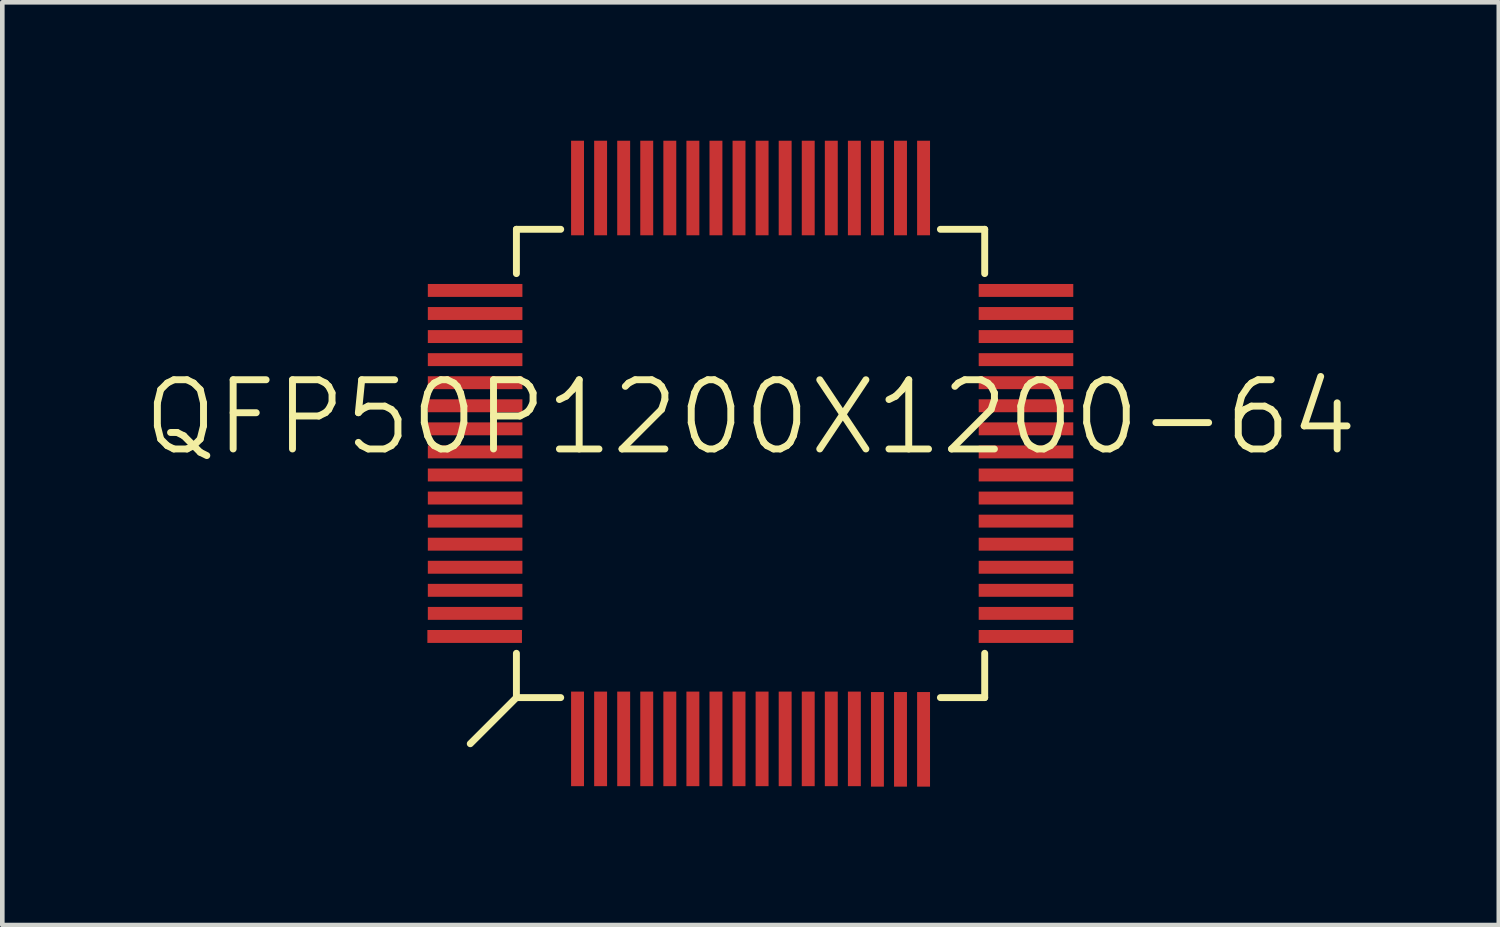
<source format=kicad_pcb>
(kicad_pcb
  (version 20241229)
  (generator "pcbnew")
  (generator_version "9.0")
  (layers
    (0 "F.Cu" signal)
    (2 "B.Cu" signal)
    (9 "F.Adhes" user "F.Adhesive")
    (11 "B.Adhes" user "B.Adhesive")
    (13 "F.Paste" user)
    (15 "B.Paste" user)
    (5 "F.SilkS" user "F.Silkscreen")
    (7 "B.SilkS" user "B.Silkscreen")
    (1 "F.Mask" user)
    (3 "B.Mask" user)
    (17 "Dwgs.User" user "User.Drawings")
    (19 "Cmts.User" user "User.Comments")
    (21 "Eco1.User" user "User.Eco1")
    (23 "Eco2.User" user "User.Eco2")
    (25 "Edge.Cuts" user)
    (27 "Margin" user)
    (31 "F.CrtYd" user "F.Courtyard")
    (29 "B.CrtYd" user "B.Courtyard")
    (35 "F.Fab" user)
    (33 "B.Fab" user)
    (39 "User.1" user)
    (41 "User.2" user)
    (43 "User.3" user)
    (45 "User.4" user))
  (footprint "QFP50P1200X1200-64"
    (layer "F.Cu")
    (at 13.218 6.995)
    (property "Reference" "QFP50P1200X1200-64" (at 0 -1 0) (layer "F.SilkS") (effects (font (size 1.5 1.5) (thickness 0.15))))
    (attr through_hole)
    (fp_line (start -5.075 -5.075) (end -5.075 -4.115) (stroke (width 0.15) (type solid)) (layer "F.SilkS"))
    (fp_line (start -5.075 -5.075) (end -4.115 -5.075) (stroke (width 0.15) (type solid)) (layer "F.SilkS"))
    (fp_line (start -5.075 5.075) (end -6.075 6.075) (stroke (width 0.15) (type solid)) (layer "F.SilkS"))
    (fp_line (start -5.075 5.075) (end -5.075 4.115) (stroke (width 0.15) (type solid)) (layer "F.SilkS"))
    (fp_line (start -5.075 5.075) (end -4.115 5.075) (stroke (width 0.15) (type solid)) (layer "F.SilkS"))
    (fp_line (start 5.075 -5.075) (end 4.115 -5.075) (stroke (width 0.15) (type solid)) (layer "F.SilkS"))
    (fp_line (start 5.075 -5.075) (end 5.075 -4.115) (stroke (width 0.15) (type solid)) (layer "F.SilkS"))
    (fp_line (start 5.075 5.075) (end 4.115 5.075) (stroke (width 0.15) (type solid)) (layer "F.SilkS"))
    (fp_line (start 5.075 5.075) (end 5.075 4.115) (stroke (width 0.15) (type solid)) (layer "F.SilkS"))
    (pad "1" smd rect (at -3.75 5.97 270) (size 2.05 0.28) (layers "F.Cu" "F.Mask" "F.Paste"))
    (pad "2" smd rect (at -3.25 5.97 270) (size 2.05 0.28) (layers "F.Cu" "F.Mask" "F.Paste"))
    (pad "3" smd rect (at -2.75 5.97 270) (size 2.05 0.28) (layers "F.Cu" "F.Mask" "F.Paste"))
    (pad "4" smd rect (at -2.25 5.97 270) (size 2.05 0.28) (layers "F.Cu" "F.Mask" "F.Paste"))
    (pad "5" smd rect (at -1.75 5.97 270) (size 2.05 0.28) (layers "F.Cu" "F.Mask" "F.Paste"))
    (pad "6" smd rect (at -1.25 5.97 270) (size 2.05 0.28) (layers "F.Cu" "F.Mask" "F.Paste"))
    (pad "7" smd rect (at -0.75 5.97 270) (size 2.05 0.28) (layers "F.Cu" "F.Mask" "F.Paste"))
    (pad "8" smd rect (at -0.25 5.97 270) (size 2.05 0.28) (layers "F.Cu" "F.Mask" "F.Paste"))
    (pad "9" smd rect (at 0.25 5.97 270) (size 2.05 0.28) (layers "F.Cu" "F.Mask" "F.Paste"))
    (pad "10" smd rect (at 0.75 5.97 270) (size 2.05 0.28) (layers "F.Cu" "F.Mask" "F.Paste"))
    (pad "11" smd rect (at 1.25 5.97 270) (size 2.05 0.28) (layers "F.Cu" "F.Mask" "F.Paste"))
    (pad "12" smd rect (at 1.75 5.97 270) (size 2.05 0.28) (layers "F.Cu" "F.Mask" "F.Paste"))
    (pad "13" smd rect (at 2.25 5.97 270) (size 2.05 0.28) (layers "F.Cu" "F.Mask" "F.Paste"))
    (pad "14" smd rect (at 2.75 5.98 270) (size 2.05 0.28) (layers "F.Cu" "F.Mask" "F.Paste"))
    (pad "15" smd rect (at 3.25 5.98 270) (size 2.05 0.28) (layers "F.Cu" "F.Mask" "F.Paste"))
    (pad "16" smd rect (at 3.75 5.98 270) (size 2.05 0.28) (layers "F.Cu" "F.Mask" "F.Paste"))
    (pad "17" smd rect (at 5.97 3.75) (size 2.05 0.28) (layers "F.Cu" "F.Mask" "F.Paste"))
    (pad "18" smd rect (at 5.97 3.25) (size 2.05 0.28) (layers "F.Cu" "F.Mask" "F.Paste"))
    (pad "19" smd rect (at 5.97 2.75) (size 2.05 0.28) (layers "F.Cu" "F.Mask" "F.Paste"))
    (pad "20" smd rect (at 5.97 2.25) (size 2.05 0.28) (layers "F.Cu" "F.Mask" "F.Paste"))
    (pad "21" smd rect (at 5.97 1.75) (size 2.05 0.28) (layers "F.Cu" "F.Mask" "F.Paste"))
    (pad "22" smd rect (at 5.97 1.25) (size 2.05 0.28) (layers "F.Cu" "F.Mask" "F.Paste"))
    (pad "23" smd rect (at 5.97 0.75) (size 2.05 0.28) (layers "F.Cu" "F.Mask" "F.Paste"))
    (pad "24" smd rect (at 5.97 0.25) (size 2.05 0.28) (layers "F.Cu" "F.Mask" "F.Paste"))
    (pad "25" smd rect (at 5.97 -0.25) (size 2.05 0.28) (layers "F.Cu" "F.Mask" "F.Paste"))
    (pad "26" smd rect (at 5.97 -0.75) (size 2.05 0.28) (layers "F.Cu" "F.Mask" "F.Paste"))
    (pad "27" smd rect (at 5.97 -1.25) (size 2.05 0.28) (layers "F.Cu" "F.Mask" "F.Paste"))
    (pad "28" smd rect (at 5.97 -1.75) (size 2.05 0.28) (layers "F.Cu" "F.Mask" "F.Paste"))
    (pad "29" smd rect (at 5.97 -2.25) (size 2.05 0.28) (layers "F.Cu" "F.Mask" "F.Paste"))
    (pad "30" smd rect (at 5.97 -2.75) (size 2.05 0.28) (layers "F.Cu" "F.Mask" "F.Paste"))
    (pad "31" smd rect (at 5.97 -3.25) (size 2.05 0.28) (layers "F.Cu" "F.Mask" "F.Paste"))
    (pad "32" smd rect (at 5.97 -3.75) (size 2.05 0.28) (layers "F.Cu" "F.Mask" "F.Paste"))
    (pad "33" smd rect (at 3.75 -5.97 90) (size 2.05 0.28) (layers "F.Cu" "F.Mask" "F.Paste"))
    (pad "34" smd rect (at 3.25 -5.97 90) (size 2.05 0.28) (layers "F.Cu" "F.Mask" "F.Paste"))
    (pad "35" smd rect (at 2.75 -5.97 90) (size 2.05 0.28) (layers "F.Cu" "F.Mask" "F.Paste"))
    (pad "36" smd rect (at 2.25 -5.97 90) (size 2.05 0.28) (layers "F.Cu" "F.Mask" "F.Paste"))
    (pad "37" smd rect (at 1.75 -5.97 90) (size 2.05 0.28) (layers "F.Cu" "F.Mask" "F.Paste"))
    (pad "38" smd rect (at 1.25 -5.97 90) (size 2.05 0.28) (layers "F.Cu" "F.Mask" "F.Paste"))
    (pad "39" smd rect (at 0.75 -5.97 90) (size 2.05 0.28) (layers "F.Cu" "F.Mask" "F.Paste"))
    (pad "40" smd rect (at 0.25 -5.97 90) (size 2.05 0.28) (layers "F.Cu" "F.Mask" "F.Paste"))
    (pad "41" smd rect (at -0.25 -5.97 90) (size 2.05 0.28) (layers "F.Cu" "F.Mask" "F.Paste"))
    (pad "42" smd rect (at -0.75 -5.97 90) (size 2.05 0.28) (layers "F.Cu" "F.Mask" "F.Paste"))
    (pad "43" smd rect (at -1.25 -5.97 90) (size 2.05 0.28) (layers "F.Cu" "F.Mask" "F.Paste"))
    (pad "44" smd rect (at -1.75 -5.97 90) (size 2.05 0.28) (layers "F.Cu" "F.Mask" "F.Paste"))
    (pad "45" smd rect (at -2.25 -5.97 90) (size 2.05 0.28) (layers "F.Cu" "F.Mask" "F.Paste"))
    (pad "46" smd rect (at -2.75 -5.97 90) (size 2.05 0.28) (layers "F.Cu" "F.Mask" "F.Paste"))
    (pad "47" smd rect (at -3.25 -5.97 90) (size 2.05 0.28) (layers "F.Cu" "F.Mask" "F.Paste"))
    (pad "48" smd rect (at -3.75 -5.97 90) (size 2.05 0.28) (layers "F.Cu" "F.Mask" "F.Paste"))
    (pad "49" smd rect (at -5.97 -3.75 180) (size 2.05 0.28) (layers "F.Cu" "F.Mask" "F.Paste"))
    (pad "50" smd rect (at -5.97 -3.25 180) (size 2.05 0.28) (layers "F.Cu" "F.Mask" "F.Paste"))
    (pad "51" smd rect (at -5.97 -2.75 180) (size 2.05 0.28) (layers "F.Cu" "F.Mask" "F.Paste"))
    (pad "52" smd rect (at -5.97 -2.25 180) (size 2.05 0.28) (layers "F.Cu" "F.Mask" "F.Paste"))
    (pad "53" smd rect (at -5.97 -1.75 180) (size 2.05 0.28) (layers "F.Cu" "F.Mask" "F.Paste"))
    (pad "54" smd rect (at -5.97 -1.25 180) (size 2.05 0.28) (layers "F.Cu" "F.Mask" "F.Paste"))
    (pad "55" smd rect (at -5.97 -0.75 180) (size 2.05 0.28) (layers "F.Cu" "F.Mask" "F.Paste"))
    (pad "56" smd rect (at -5.97 -0.25 180) (size 2.05 0.28) (layers "F.Cu" "F.Mask" "F.Paste"))
    (pad "57" smd rect (at -5.97 0.25 180) (size 2.05 0.28) (layers "F.Cu" "F.Mask" "F.Paste"))
    (pad "58" smd rect (at -5.97 0.75 180) (size 2.05 0.28) (layers "F.Cu" "F.Mask" "F.Paste"))
    (pad "59" smd rect (at -5.97 1.25 180) (size 2.05 0.28) (layers "F.Cu" "F.Mask" "F.Paste"))
    (pad "60" smd rect (at -5.97 1.75 180) (size 2.05 0.28) (layers "F.Cu" "F.Mask" "F.Paste"))
    (pad "61" smd rect (at -5.97 2.25 180) (size 2.05 0.28) (layers "F.Cu" "F.Mask" "F.Paste"))
    (pad "62" smd rect (at -5.97 2.75 180) (size 2.05 0.28) (layers "F.Cu" "F.Mask" "F.Paste"))
    (pad "63" smd rect (at -5.97 3.25 180) (size 2.05 0.28) (layers "F.Cu" "F.Mask" "F.Paste"))
    (pad "64" smd rect (at -5.98 3.75 180) (size 2.05 0.28) (layers "F.Cu" "F.Mask" "F.Paste")))
  (gr_rect
    (start -3 -3)
    (end 29.436 17)
    (stroke (width 0.1) (type default))
    (fill no)
    (layer "Edge.Cuts")))
</source>
